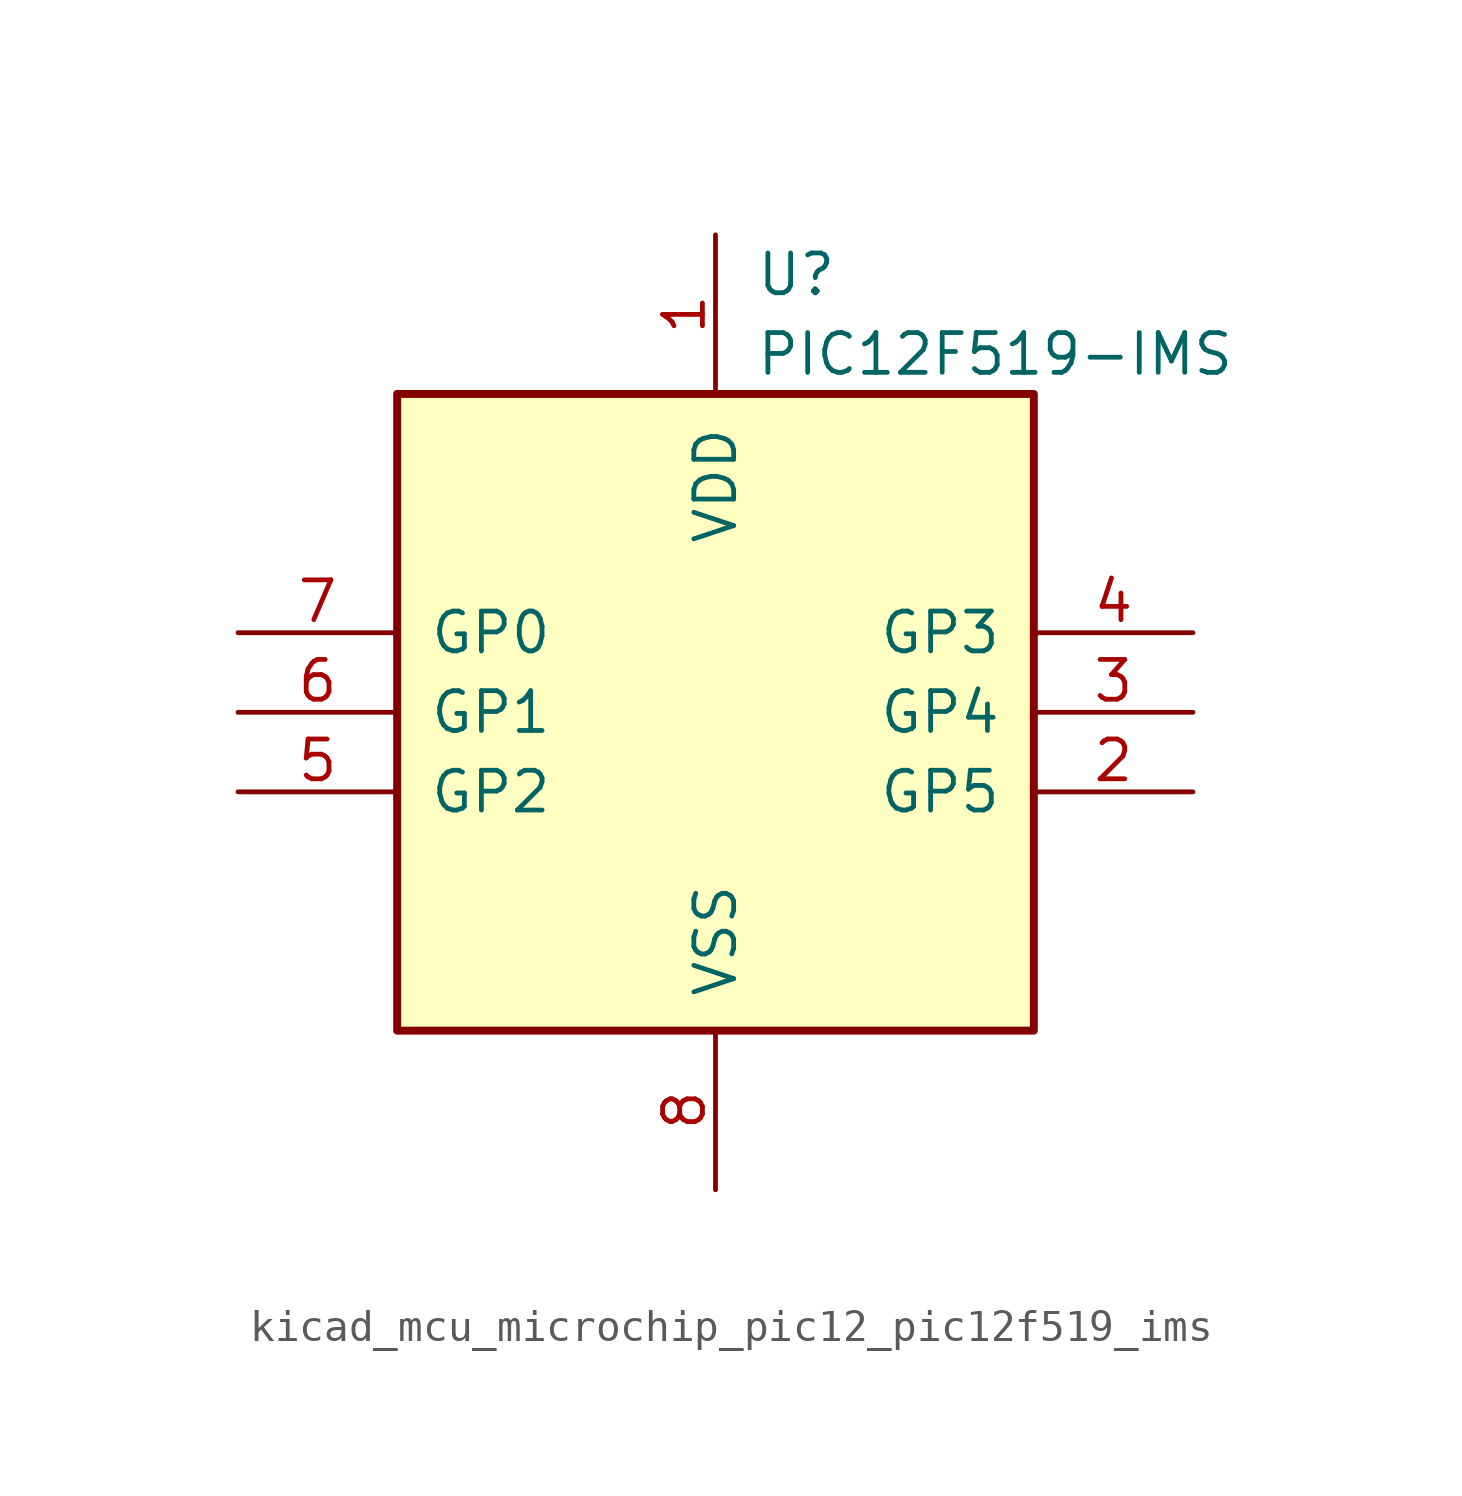
<source format=kicad_sym>
(kicad_symbol_lib
  (version 20220914)
  (generator kicad_symbol_editor)
  (symbol "kicad_mcu_microchip_pic12_pic12f519_ims"
    (pin_names
      (offset 1.016))
    (property "Reference" "U"
      (at 1.27 13.97 0)
      (effects (font (size 1.27 1.27)) (justify left)))
    (property "Value" "PIC12F519-IMS"
      (at 1.27 11.43 0)
      (effects (font (size 1.27 1.27)) (justify left)))
    (symbol "kicad_mcu_microchip_pic12_pic12f519_ims_0_1"
      (rectangle (start 10.16 -10.16) (end -10.16 10.16) (stroke (width 0.254) (type default)) (fill (type background))))
    (symbol "kicad_mcu_microchip_pic12_pic12f519_ims_1_1"
      (pin power_in line (at 0 15.24 270) (length 5.08) (name "VDD" (effects (font (size 1.27 1.27)))) (number "1" (effects (font (size 1.27 1.27)))))
      (pin bidirectional line (at 15.24 -2.54 180) (length 5.08) (name "GP5" (effects (font (size 1.27 1.27)))) (number "2" (effects (font (size 1.27 1.27)))))
      (pin bidirectional line (at 15.24 0 180) (length 5.08) (name "GP4" (effects (font (size 1.27 1.27)))) (number "3" (effects (font (size 1.27 1.27)))))
      (pin input line (at 15.24 2.54 180) (length 5.08) (name "GP3" (effects (font (size 1.27 1.27)))) (number "4" (effects (font (size 1.27 1.27)))))
      (pin bidirectional line (at -15.24 -2.54 0) (length 5.08) (name "GP2" (effects (font (size 1.27 1.27)))) (number "5" (effects (font (size 1.27 1.27)))))
      (pin bidirectional line (at -15.24 0 0) (length 5.08) (name "GP1" (effects (font (size 1.27 1.27)))) (number "6" (effects (font (size 1.27 1.27)))))
      (pin bidirectional line (at -15.24 2.54 0) (length 5.08) (name "GP0" (effects (font (size 1.27 1.27)))) (number "7" (effects (font (size 1.27 1.27)))))
      (pin power_in line (at 0 -15.24 90) (length 5.08) (name "VSS" (effects (font (size 1.27 1.27)))) (number "8" (effects (font (size 1.27 1.27))))))))
</source>
